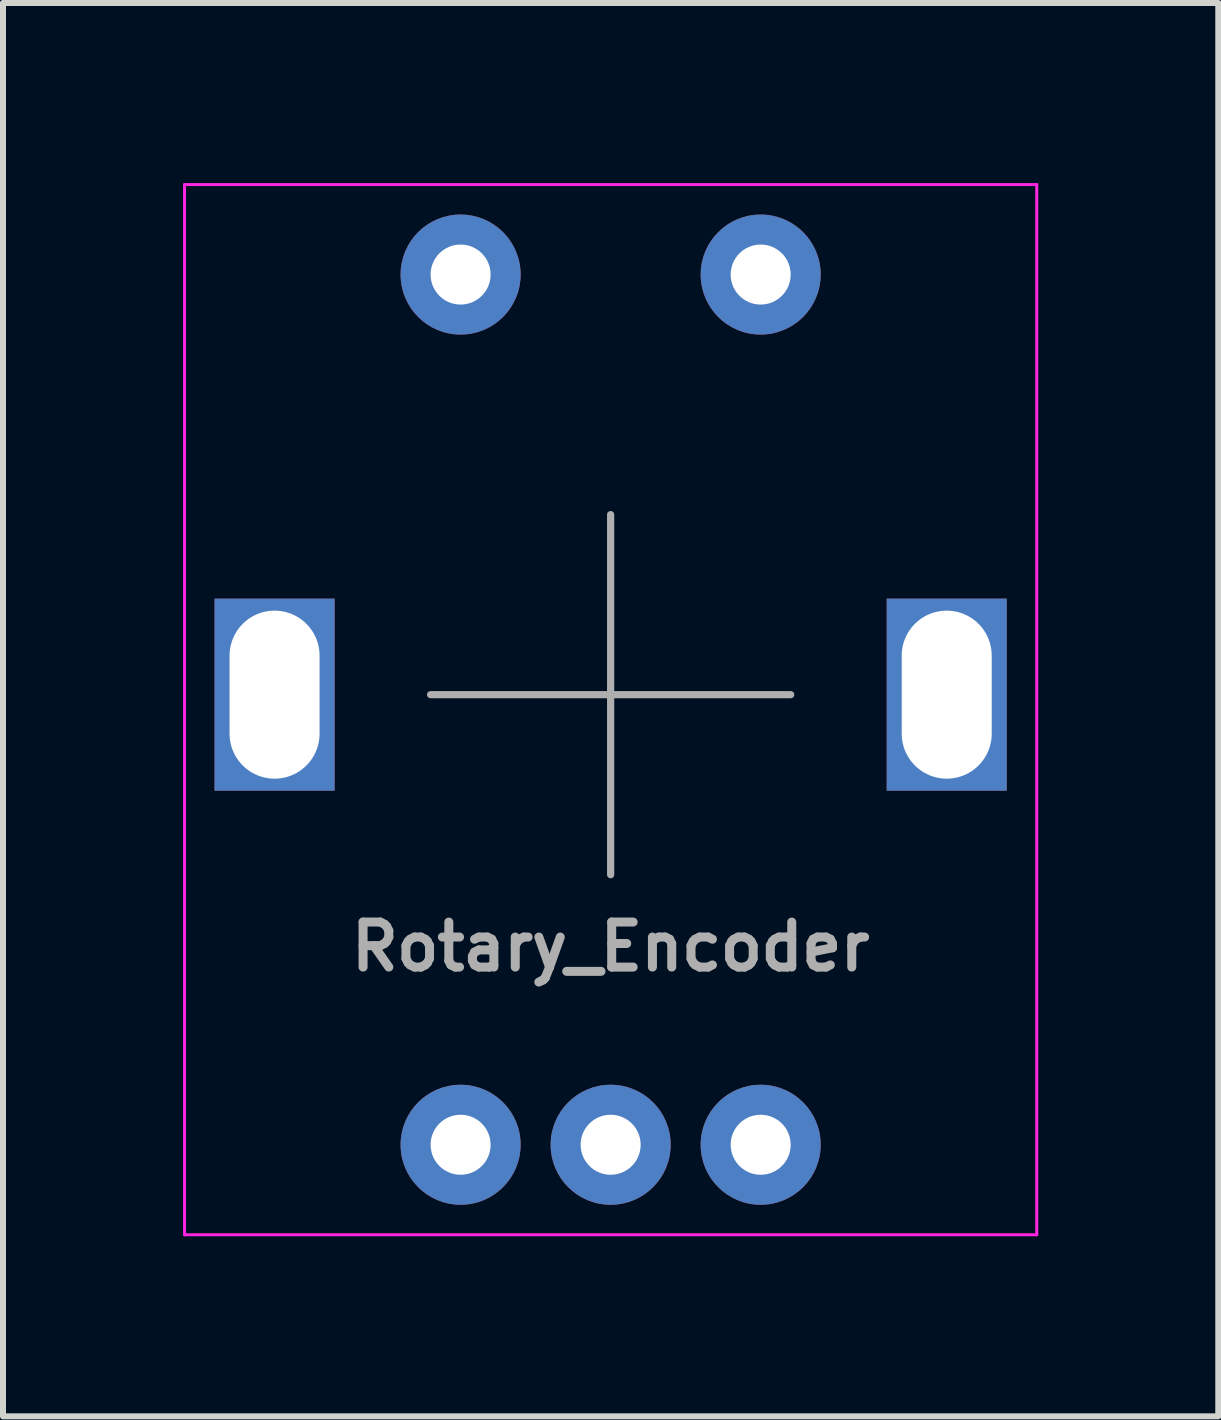
<source format=kicad_pcb>
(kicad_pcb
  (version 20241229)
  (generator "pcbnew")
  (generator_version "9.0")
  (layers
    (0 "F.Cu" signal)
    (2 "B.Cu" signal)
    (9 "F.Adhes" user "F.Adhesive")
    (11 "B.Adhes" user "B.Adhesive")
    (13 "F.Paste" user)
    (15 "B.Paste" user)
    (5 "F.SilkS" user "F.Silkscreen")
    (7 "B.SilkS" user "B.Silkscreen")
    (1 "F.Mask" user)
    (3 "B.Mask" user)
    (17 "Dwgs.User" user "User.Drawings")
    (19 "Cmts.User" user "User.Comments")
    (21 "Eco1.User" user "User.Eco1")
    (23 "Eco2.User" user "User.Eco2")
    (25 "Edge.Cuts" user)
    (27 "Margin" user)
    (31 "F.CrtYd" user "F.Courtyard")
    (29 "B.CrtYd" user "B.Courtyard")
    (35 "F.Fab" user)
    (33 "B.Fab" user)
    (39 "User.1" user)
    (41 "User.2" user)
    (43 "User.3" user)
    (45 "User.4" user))
  (footprint "Rotary_Encoder"
    (layer "F.Cu")
    (at 7.125 8.525)
    (property "Reference" "Rotary_Encoder" (at 0 4.2 0) (layer "F.Fab") (effects (font (size 0.75 0.75) (thickness 0.15))))
    (attr through_hole)
    (fp_line (start -7.1 9) (end -7.1 -8.5) (stroke (width 0.05) (type solid)) (layer "F.CrtYd"))
    (fp_line (start -7.1 9) (end 7.1 9) (stroke (width 0.05) (type solid)) (layer "F.CrtYd"))
    (fp_line (start 7.1 -8.5) (end -7.1 -8.5) (stroke (width 0.05) (type solid)) (layer "F.CrtYd"))
    (fp_line (start 7.1 -8.5) (end 7.1 9) (stroke (width 0.05) (type solid)) (layer "F.CrtYd"))
    (fp_line (start -3 0) (end 3 0) (stroke (width 0.12) (type solid)) (layer "F.Fab"))
    (fp_line (start 0 3) (end 0 -3) (stroke (width 0.12) (type solid)) (layer "F.Fab"))
    (pad "A" thru_hole oval (at -2.5 7.5 90) (size 2 2) (drill 1) (layers "*.Cu" "B.Mask"))
    (pad "B" thru_hole circle (at 2.5 7.5 90) (size 2 2) (drill 1) (layers "*.Cu" "B.Mask"))
    (pad "C" thru_hole circle (at 0 7.5 90) (size 2 2) (drill 1) (layers "*.Cu" "B.Mask"))
    (pad "MP" thru_hole rect (at -5.6 0 90) (size 3.2 2) (drill oval 2.8 1.5) (layers "*.Cu" "B.Mask"))
    (pad "MP" thru_hole rect (at 5.6 0 90) (size 3.2 2) (drill oval 2.8 1.5) (layers "*.Cu" "B.Mask"))
    (pad "S1" thru_hole circle (at 2.5 -7 90) (size 2 2) (drill 1) (layers "*.Cu" "B.Mask"))
    (pad "S2" thru_hole circle (at -2.5 -7 90) (size 2 2) (drill 1) (layers "*.Cu" "B.Mask")))
  (gr_rect
    (start -3 -3)
    (end 17.25 20.55)
    (stroke (width 0.1) (type default))
    (fill no)
    (layer "Edge.Cuts")))
</source>
